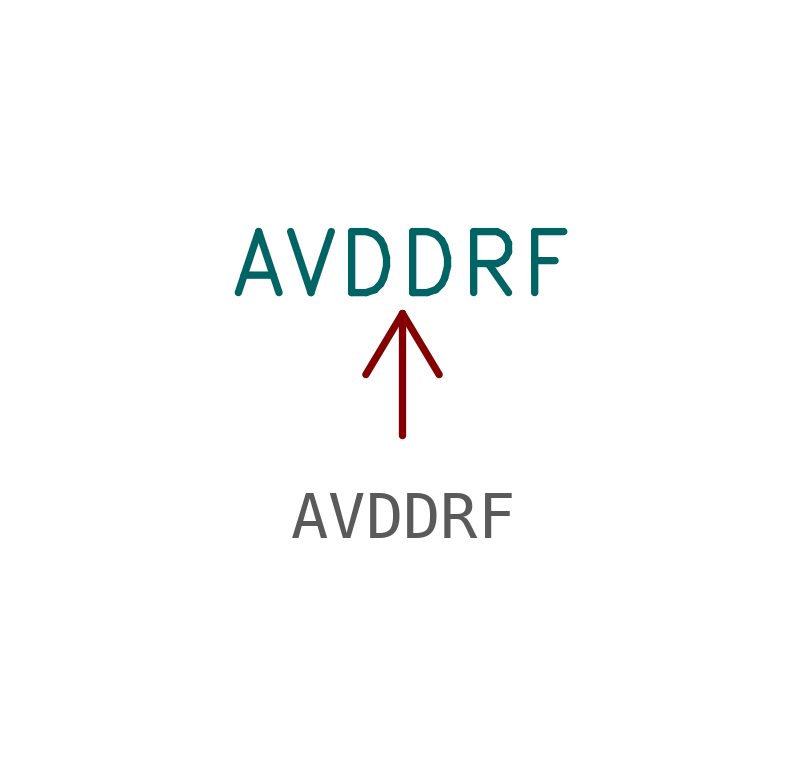
<source format=kicad_sym>
(kicad_symbol_lib
  (version 20211014)
  (generator kicad_symbol_editor)
  (symbol "AVDDRF"
    (power)
    (pin_names
      (offset 0))
    (property "Reference" "#PWR"
      (at 0 -3.81 0)
      (effects (font (size 1.27 1.27)) hide))
    (property "Value" "AVDDRF"
      (at 0 3.556 0)
      (effects (font (size 1.27 1.27))))
    (symbol "AVDDRF_0_1"
      (polyline (pts (xy -0.762 1.27) (xy 0 2.54)) (stroke (width 0) (type default) (color 0 0 0 0)) (fill (type none)))
      (polyline (pts (xy 0 0) (xy 0 2.54)) (stroke (width 0) (type default) (color 0 0 0 0)) (fill (type none)))
      (polyline (pts (xy 0 2.54) (xy 0.762 1.27)) (stroke (width 0) (type default) (color 0 0 0 0)) (fill (type none))))
    (symbol "AVDDRF_1_1"
      (pin power_in line (at 0 0 90) (length 0) hide (name "AVDDRF" (effects (font (size 1.27 1.27)))) (number "1" (effects (font (size 1.27 1.27))))))))
</source>
